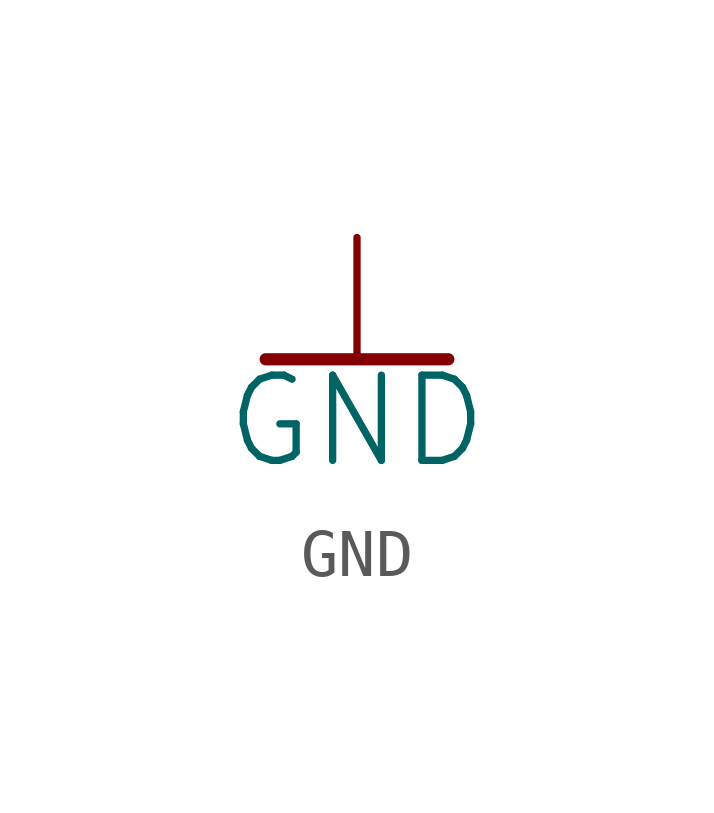
<source format=kicad_sym>
(kicad_symbol_lib
  (version 20220914)
  (generator kicad_symbol_editor)
  (symbol "GND"
    (power)
    (property "Reference" "#GND"
      (at 0 0 0)
      (effects (font (size 1.27 1.27)) hide))
    (property "Value" "GND"
      (at 0 -0.254 0)
      (effects (font (size 1.778 1.778)) (justify top)))
    (property "ki_locked" ""
      (at 0 0 0)
      (effects (font (size 1.27 1.27))))
    (symbol "GND_1_0"
      (polyline (pts (xy -1.905 0) (xy 1.905 0)) (stroke (width 0.254) (type solid)) (fill (type none)))
      (pin power_in line (at 0 2.54 270) (length 2.54) (name "GND" (effects (font (size 0 0)))) (number "1" (effects (font (size 0 0))))))))
</source>
